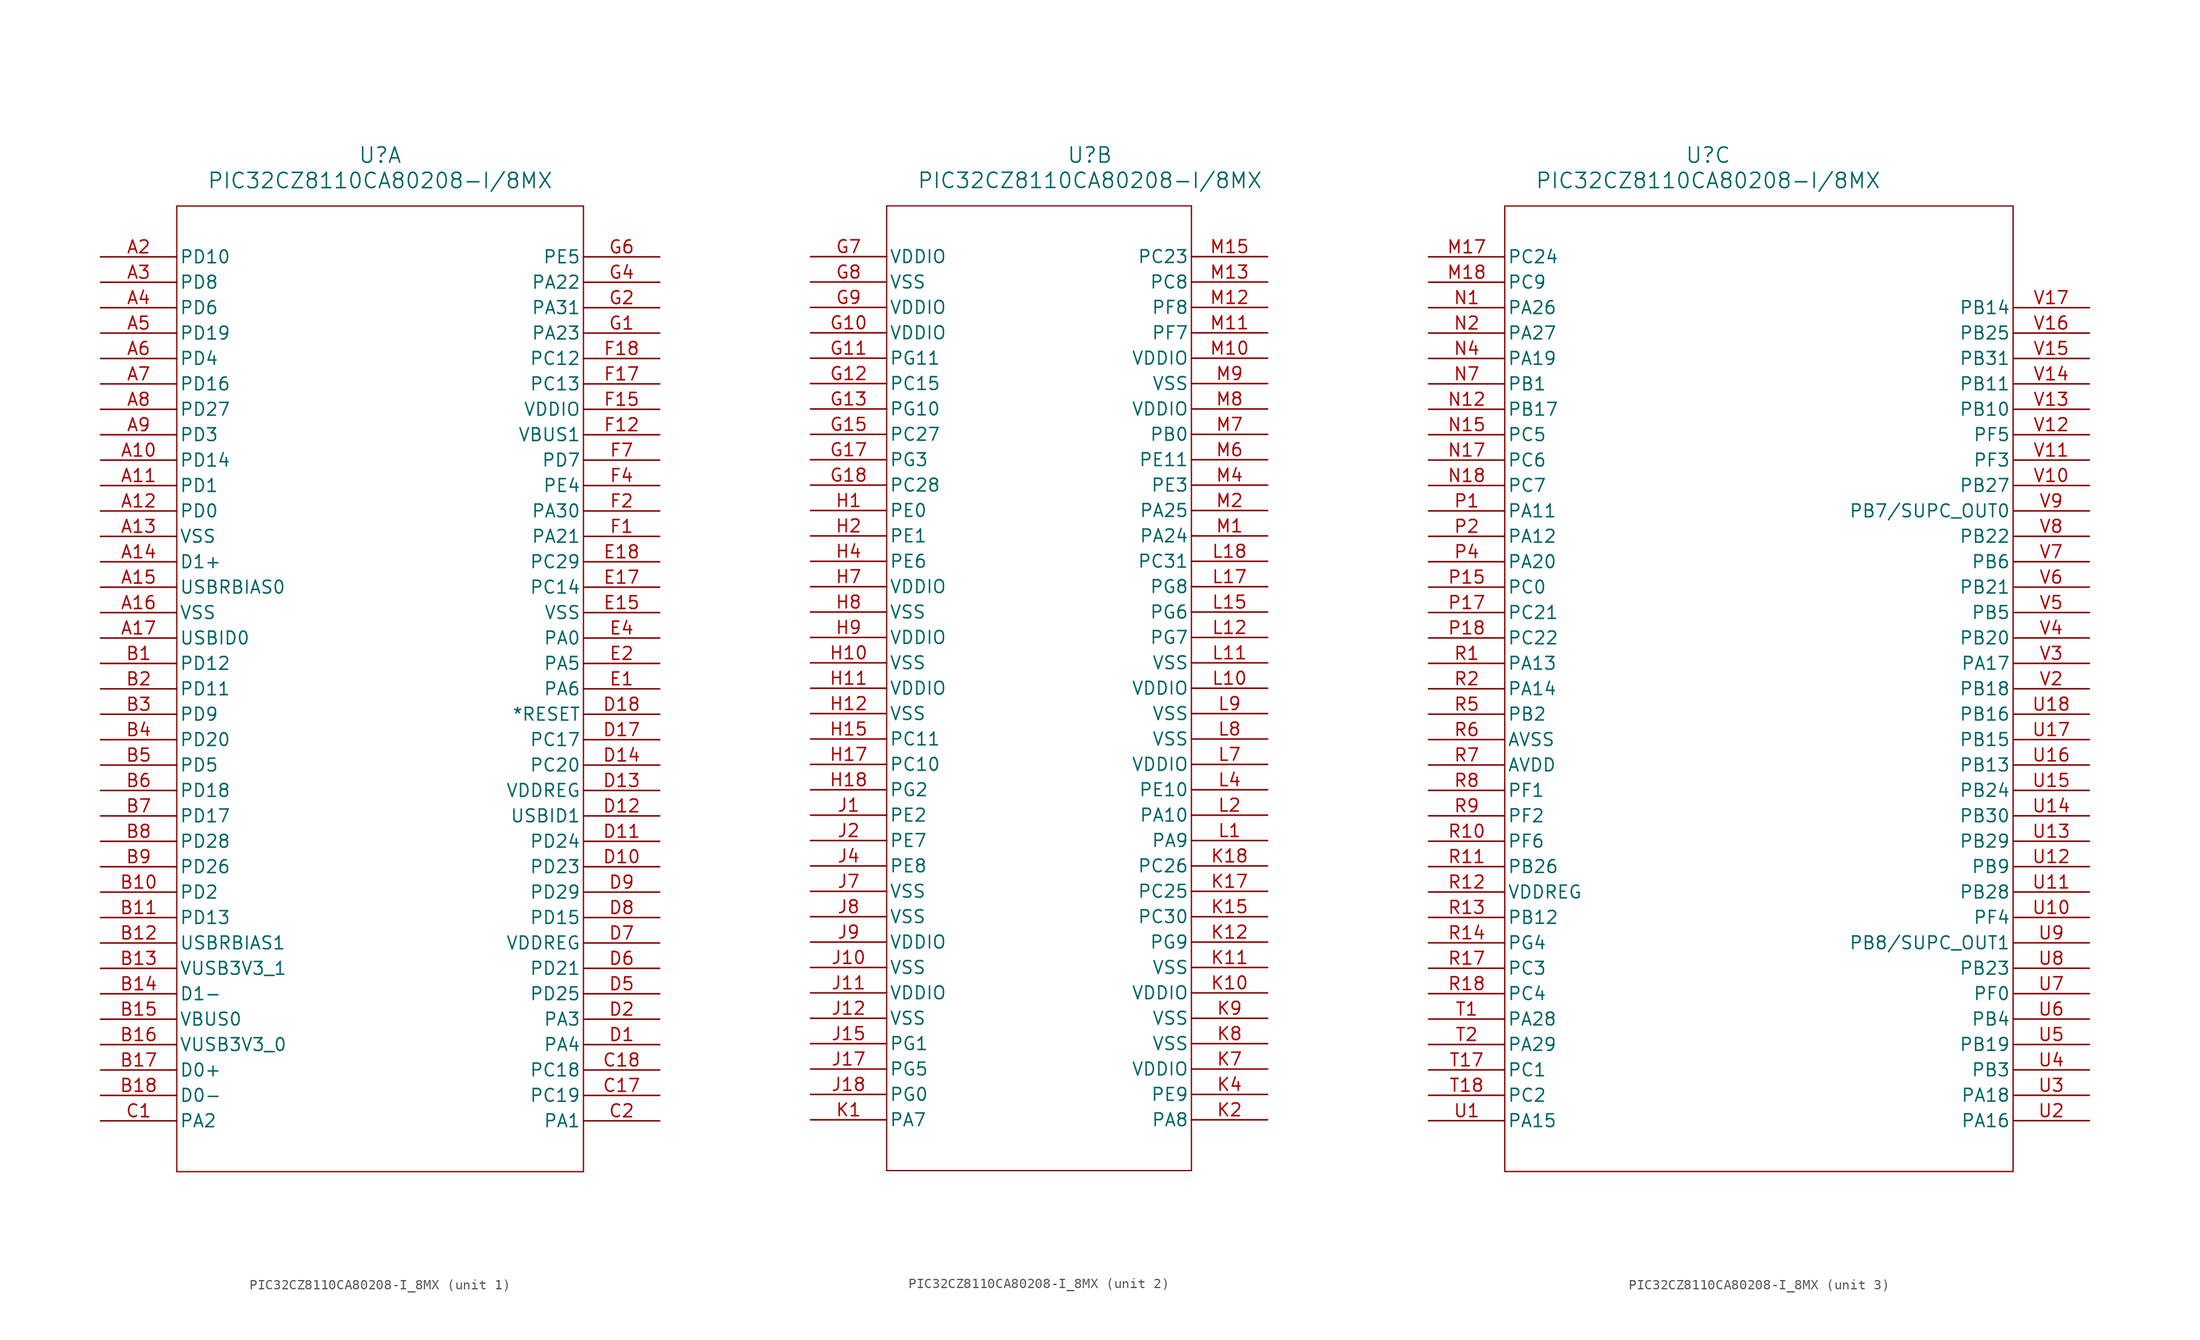
<source format=kicad_sym>
(kicad_symbol_lib
  (version 20211014)
  (generator kicad_symbol_editor)
  (symbol "PIC32CZ8110CA80208-I_8MX"
    (pin_names
      (offset 0.254))
    (property "Reference" "U"
      (at 27.94 10.16 0)
      (effects (font (size 1.524 1.524))))
    (property "Value" "PIC32CZ8110CA80208-I/8MX"
      (at 27.94 7.62 0)
      (effects (font (size 1.524 1.524))))
    (symbol "PIC32CZ8110CA80208-I_8MX_1_1"
      (polyline (pts (xy 7.62 5.08) (xy 7.62 -91.44)) (stroke (width 0.127) (type default) (color 0 0 0 0)) (fill (type none)))
      (polyline (pts (xy 7.62 -91.44) (xy 48.26 -91.44)) (stroke (width 0.127) (type default) (color 0 0 0 0)) (fill (type none)))
      (polyline (pts (xy 48.26 -91.44) (xy 48.26 5.08)) (stroke (width 0.127) (type default) (color 0 0 0 0)) (fill (type none)))
      (polyline (pts (xy 48.26 5.08) (xy 7.62 5.08)) (stroke (width 0.127) (type default) (color 0 0 0 0)) (fill (type none)))
      (pin bidirectional line (at 0 0 0) (length 7.62) (name "PD10" (effects (font (size 1.27 1.27)))) (number "A2" (effects (font (size 1.27 1.27)))))
      (pin bidirectional line (at 0 -2.54 0) (length 7.62) (name "PD8" (effects (font (size 1.27 1.27)))) (number "A3" (effects (font (size 1.27 1.27)))))
      (pin bidirectional line (at 0 -5.08 0) (length 7.62) (name "PD6" (effects (font (size 1.27 1.27)))) (number "A4" (effects (font (size 1.27 1.27)))))
      (pin bidirectional line (at 0 -7.62 0) (length 7.62) (name "PD19" (effects (font (size 1.27 1.27)))) (number "A5" (effects (font (size 1.27 1.27)))))
      (pin bidirectional line (at 0 -10.16 0) (length 7.62) (name "PD4" (effects (font (size 1.27 1.27)))) (number "A6" (effects (font (size 1.27 1.27)))))
      (pin bidirectional line (at 0 -12.7 0) (length 7.62) (name "PD16" (effects (font (size 1.27 1.27)))) (number "A7" (effects (font (size 1.27 1.27)))))
      (pin bidirectional line (at 0 -15.24 0) (length 7.62) (name "PD27" (effects (font (size 1.27 1.27)))) (number "A8" (effects (font (size 1.27 1.27)))))
      (pin bidirectional line (at 0 -17.78 0) (length 7.62) (name "PD3" (effects (font (size 1.27 1.27)))) (number "A9" (effects (font (size 1.27 1.27)))))
      (pin bidirectional line (at 0 -20.32 0) (length 7.62) (name "PD14" (effects (font (size 1.27 1.27)))) (number "A10" (effects (font (size 1.27 1.27)))))
      (pin bidirectional line (at 0 -22.86 0) (length 7.62) (name "PD1" (effects (font (size 1.27 1.27)))) (number "A11" (effects (font (size 1.27 1.27)))))
      (pin bidirectional line (at 0 -25.4 0) (length 7.62) (name "PD0" (effects (font (size 1.27 1.27)))) (number "A12" (effects (font (size 1.27 1.27)))))
      (pin power_out line (at 0 -27.94 0) (length 7.62) (name "VSS" (effects (font (size 1.27 1.27)))) (number "A13" (effects (font (size 1.27 1.27)))))
      (pin bidirectional line (at 0 -30.48 0) (length 7.62) (name "D1+" (effects (font (size 1.27 1.27)))) (number "A14" (effects (font (size 1.27 1.27)))))
      (pin bidirectional line (at 0 -33.02 0) (length 7.62) (name "USBRBIAS0" (effects (font (size 1.27 1.27)))) (number "A15" (effects (font (size 1.27 1.27)))))
      (pin power_out line (at 0 -35.56 0) (length 7.62) (name "VSS" (effects (font (size 1.27 1.27)))) (number "A16" (effects (font (size 1.27 1.27)))))
      (pin bidirectional line (at 0 -38.1 0) (length 7.62) (name "USBID0" (effects (font (size 1.27 1.27)))) (number "A17" (effects (font (size 1.27 1.27)))))
      (pin bidirectional line (at 0 -40.64 0) (length 7.62) (name "PD12" (effects (font (size 1.27 1.27)))) (number "B1" (effects (font (size 1.27 1.27)))))
      (pin bidirectional line (at 0 -43.18 0) (length 7.62) (name "PD11" (effects (font (size 1.27 1.27)))) (number "B2" (effects (font (size 1.27 1.27)))))
      (pin bidirectional line (at 0 -45.72 0) (length 7.62) (name "PD9" (effects (font (size 1.27 1.27)))) (number "B3" (effects (font (size 1.27 1.27)))))
      (pin bidirectional line (at 0 -48.26 0) (length 7.62) (name "PD20" (effects (font (size 1.27 1.27)))) (number "B4" (effects (font (size 1.27 1.27)))))
      (pin bidirectional line (at 0 -50.8 0) (length 7.62) (name "PD5" (effects (font (size 1.27 1.27)))) (number "B5" (effects (font (size 1.27 1.27)))))
      (pin bidirectional line (at 0 -53.34 0) (length 7.62) (name "PD18" (effects (font (size 1.27 1.27)))) (number "B6" (effects (font (size 1.27 1.27)))))
      (pin bidirectional line (at 0 -55.88 0) (length 7.62) (name "PD17" (effects (font (size 1.27 1.27)))) (number "B7" (effects (font (size 1.27 1.27)))))
      (pin bidirectional line (at 0 -58.42 0) (length 7.62) (name "PD28" (effects (font (size 1.27 1.27)))) (number "B8" (effects (font (size 1.27 1.27)))))
      (pin bidirectional line (at 0 -60.96 0) (length 7.62) (name "PD26" (effects (font (size 1.27 1.27)))) (number "B9" (effects (font (size 1.27 1.27)))))
      (pin bidirectional line (at 0 -63.5 0) (length 7.62) (name "PD2" (effects (font (size 1.27 1.27)))) (number "B10" (effects (font (size 1.27 1.27)))))
      (pin bidirectional line (at 0 -66.04 0) (length 7.62) (name "PD13" (effects (font (size 1.27 1.27)))) (number "B11" (effects (font (size 1.27 1.27)))))
      (pin bidirectional line (at 0 -68.58 0) (length 7.62) (name "USBRBIAS1" (effects (font (size 1.27 1.27)))) (number "B12" (effects (font (size 1.27 1.27)))))
      (pin power_in line (at 0 -71.12 0) (length 7.62) (name "VUSB3V3_1" (effects (font (size 1.27 1.27)))) (number "B13" (effects (font (size 1.27 1.27)))))
      (pin bidirectional line (at 0 -73.66 0) (length 7.62) (name "D1-" (effects (font (size 1.27 1.27)))) (number "B14" (effects (font (size 1.27 1.27)))))
      (pin bidirectional line (at 0 -76.2 0) (length 7.62) (name "VBUS0" (effects (font (size 1.27 1.27)))) (number "B15" (effects (font (size 1.27 1.27)))))
      (pin bidirectional line (at 0 -78.74 0) (length 7.62) (name "VUSB3V3_0" (effects (font (size 1.27 1.27)))) (number "B16" (effects (font (size 1.27 1.27)))))
      (pin bidirectional line (at 0 -81.28 0) (length 7.62) (name "D0+" (effects (font (size 1.27 1.27)))) (number "B17" (effects (font (size 1.27 1.27)))))
      (pin bidirectional line (at 0 -83.82 0) (length 7.62) (name "D0-" (effects (font (size 1.27 1.27)))) (number "B18" (effects (font (size 1.27 1.27)))))
      (pin bidirectional line (at 0 -86.36 0) (length 7.62) (name "PA2" (effects (font (size 1.27 1.27)))) (number "C1" (effects (font (size 1.27 1.27)))))
      (pin bidirectional line (at 55.88 -86.36 180) (length 7.62) (name "PA1" (effects (font (size 1.27 1.27)))) (number "C2" (effects (font (size 1.27 1.27)))))
      (pin bidirectional line (at 55.88 -83.82 180) (length 7.62) (name "PC19" (effects (font (size 1.27 1.27)))) (number "C17" (effects (font (size 1.27 1.27)))))
      (pin bidirectional line (at 55.88 -81.28 180) (length 7.62) (name "PC18" (effects (font (size 1.27 1.27)))) (number "C18" (effects (font (size 1.27 1.27)))))
      (pin bidirectional line (at 55.88 -78.74 180) (length 7.62) (name "PA4" (effects (font (size 1.27 1.27)))) (number "D1" (effects (font (size 1.27 1.27)))))
      (pin bidirectional line (at 55.88 -76.2 180) (length 7.62) (name "PA3" (effects (font (size 1.27 1.27)))) (number "D2" (effects (font (size 1.27 1.27)))))
      (pin bidirectional line (at 55.88 -73.66 180) (length 7.62) (name "PD25" (effects (font (size 1.27 1.27)))) (number "D5" (effects (font (size 1.27 1.27)))))
      (pin bidirectional line (at 55.88 -71.12 180) (length 7.62) (name "PD21" (effects (font (size 1.27 1.27)))) (number "D6" (effects (font (size 1.27 1.27)))))
      (pin power_in line (at 55.88 -68.58 180) (length 7.62) (name "VDDREG" (effects (font (size 1.27 1.27)))) (number "D7" (effects (font (size 1.27 1.27)))))
      (pin bidirectional line (at 55.88 -66.04 180) (length 7.62) (name "PD15" (effects (font (size 1.27 1.27)))) (number "D8" (effects (font (size 1.27 1.27)))))
      (pin bidirectional line (at 55.88 -63.5 180) (length 7.62) (name "PD29" (effects (font (size 1.27 1.27)))) (number "D9" (effects (font (size 1.27 1.27)))))
      (pin bidirectional line (at 55.88 -60.96 180) (length 7.62) (name "PD23" (effects (font (size 1.27 1.27)))) (number "D10" (effects (font (size 1.27 1.27)))))
      (pin bidirectional line (at 55.88 -58.42 180) (length 7.62) (name "PD24" (effects (font (size 1.27 1.27)))) (number "D11" (effects (font (size 1.27 1.27)))))
      (pin bidirectional line (at 55.88 -55.88 180) (length 7.62) (name "USBID1" (effects (font (size 1.27 1.27)))) (number "D12" (effects (font (size 1.27 1.27)))))
      (pin power_in line (at 55.88 -53.34 180) (length 7.62) (name "VDDREG" (effects (font (size 1.27 1.27)))) (number "D13" (effects (font (size 1.27 1.27)))))
      (pin bidirectional line (at 55.88 -50.8 180) (length 7.62) (name "PC20" (effects (font (size 1.27 1.27)))) (number "D14" (effects (font (size 1.27 1.27)))))
      (pin bidirectional line (at 55.88 -48.26 180) (length 7.62) (name "PC17" (effects (font (size 1.27 1.27)))) (number "D17" (effects (font (size 1.27 1.27)))))
      (pin input line (at 55.88 -45.72 180) (length 7.62) (name "*RESET" (effects (font (size 1.27 1.27)))) (number "D18" (effects (font (size 1.27 1.27)))))
      (pin bidirectional line (at 55.88 -43.18 180) (length 7.62) (name "PA6" (effects (font (size 1.27 1.27)))) (number "E1" (effects (font (size 1.27 1.27)))))
      (pin bidirectional line (at 55.88 -40.64 180) (length 7.62) (name "PA5" (effects (font (size 1.27 1.27)))) (number "E2" (effects (font (size 1.27 1.27)))))
      (pin bidirectional line (at 55.88 -38.1 180) (length 7.62) (name "PA0" (effects (font (size 1.27 1.27)))) (number "E4" (effects (font (size 1.27 1.27)))))
      (pin power_out line (at 55.88 -35.56 180) (length 7.62) (name "VSS" (effects (font (size 1.27 1.27)))) (number "E15" (effects (font (size 1.27 1.27)))))
      (pin bidirectional line (at 55.88 -33.02 180) (length 7.62) (name "PC14" (effects (font (size 1.27 1.27)))) (number "E17" (effects (font (size 1.27 1.27)))))
      (pin bidirectional line (at 55.88 -30.48 180) (length 7.62) (name "PC29" (effects (font (size 1.27 1.27)))) (number "E18" (effects (font (size 1.27 1.27)))))
      (pin bidirectional line (at 55.88 -27.94 180) (length 7.62) (name "PA21" (effects (font (size 1.27 1.27)))) (number "F1" (effects (font (size 1.27 1.27)))))
      (pin bidirectional line (at 55.88 -25.4 180) (length 7.62) (name "PA30" (effects (font (size 1.27 1.27)))) (number "F2" (effects (font (size 1.27 1.27)))))
      (pin bidirectional line (at 55.88 -22.86 180) (length 7.62) (name "PE4" (effects (font (size 1.27 1.27)))) (number "F4" (effects (font (size 1.27 1.27)))))
      (pin bidirectional line (at 55.88 -20.32 180) (length 7.62) (name "PD7" (effects (font (size 1.27 1.27)))) (number "F7" (effects (font (size 1.27 1.27)))))
      (pin bidirectional line (at 55.88 -17.78 180) (length 7.62) (name "VBUS1" (effects (font (size 1.27 1.27)))) (number "F12" (effects (font (size 1.27 1.27)))))
      (pin power_in line (at 55.88 -15.24 180) (length 7.62) (name "VDDIO" (effects (font (size 1.27 1.27)))) (number "F15" (effects (font (size 1.27 1.27)))))
      (pin bidirectional line (at 55.88 -12.7 180) (length 7.62) (name "PC13" (effects (font (size 1.27 1.27)))) (number "F17" (effects (font (size 1.27 1.27)))))
      (pin bidirectional line (at 55.88 -10.16 180) (length 7.62) (name "PC12" (effects (font (size 1.27 1.27)))) (number "F18" (effects (font (size 1.27 1.27)))))
      (pin bidirectional line (at 55.88 -7.62 180) (length 7.62) (name "PA23" (effects (font (size 1.27 1.27)))) (number "G1" (effects (font (size 1.27 1.27)))))
      (pin bidirectional line (at 55.88 -5.08 180) (length 7.62) (name "PA31" (effects (font (size 1.27 1.27)))) (number "G2" (effects (font (size 1.27 1.27)))))
      (pin bidirectional line (at 55.88 -2.54 180) (length 7.62) (name "PA22" (effects (font (size 1.27 1.27)))) (number "G4" (effects (font (size 1.27 1.27)))))
      (pin bidirectional line (at 55.88 0 180) (length 7.62) (name "PE5" (effects (font (size 1.27 1.27)))) (number "G6" (effects (font (size 1.27 1.27))))))
    (symbol "PIC32CZ8110CA80208-I_8MX_2_1"
      (polyline (pts (xy 7.62 5.08) (xy 7.62 -91.44)) (stroke (width 0.127) (type default) (color 0 0 0 0)) (fill (type none)))
      (polyline (pts (xy 7.62 -91.44) (xy 38.1 -91.44)) (stroke (width 0.127) (type default) (color 0 0 0 0)) (fill (type none)))
      (polyline (pts (xy 38.1 -91.44) (xy 38.1 5.08)) (stroke (width 0.127) (type default) (color 0 0 0 0)) (fill (type none)))
      (polyline (pts (xy 38.1 5.08) (xy 7.62 5.08)) (stroke (width 0.127) (type default) (color 0 0 0 0)) (fill (type none)))
      (pin power_in line (at 0 0 0) (length 7.62) (name "VDDIO" (effects (font (size 1.27 1.27)))) (number "G7" (effects (font (size 1.27 1.27)))))
      (pin power_out line (at 0 -2.54 0) (length 7.62) (name "VSS" (effects (font (size 1.27 1.27)))) (number "G8" (effects (font (size 1.27 1.27)))))
      (pin power_in line (at 0 -5.08 0) (length 7.62) (name "VDDIO" (effects (font (size 1.27 1.27)))) (number "G9" (effects (font (size 1.27 1.27)))))
      (pin power_in line (at 0 -7.62 0) (length 7.62) (name "VDDIO" (effects (font (size 1.27 1.27)))) (number "G10" (effects (font (size 1.27 1.27)))))
      (pin bidirectional line (at 0 -10.16 0) (length 7.62) (name "PG11" (effects (font (size 1.27 1.27)))) (number "G11" (effects (font (size 1.27 1.27)))))
      (pin bidirectional line (at 0 -12.7 0) (length 7.62) (name "PC15" (effects (font (size 1.27 1.27)))) (number "G12" (effects (font (size 1.27 1.27)))))
      (pin bidirectional line (at 0 -15.24 0) (length 7.62) (name "PG10" (effects (font (size 1.27 1.27)))) (number "G13" (effects (font (size 1.27 1.27)))))
      (pin bidirectional line (at 0 -17.78 0) (length 7.62) (name "PC27" (effects (font (size 1.27 1.27)))) (number "G15" (effects (font (size 1.27 1.27)))))
      (pin bidirectional line (at 0 -20.32 0) (length 7.62) (name "PG3" (effects (font (size 1.27 1.27)))) (number "G17" (effects (font (size 1.27 1.27)))))
      (pin bidirectional line (at 0 -22.86 0) (length 7.62) (name "PC28" (effects (font (size 1.27 1.27)))) (number "G18" (effects (font (size 1.27 1.27)))))
      (pin bidirectional line (at 0 -25.4 0) (length 7.62) (name "PE0" (effects (font (size 1.27 1.27)))) (number "H1" (effects (font (size 1.27 1.27)))))
      (pin bidirectional line (at 0 -27.94 0) (length 7.62) (name "PE1" (effects (font (size 1.27 1.27)))) (number "H2" (effects (font (size 1.27 1.27)))))
      (pin bidirectional line (at 0 -30.48 0) (length 7.62) (name "PE6" (effects (font (size 1.27 1.27)))) (number "H4" (effects (font (size 1.27 1.27)))))
      (pin power_in line (at 0 -33.02 0) (length 7.62) (name "VDDIO" (effects (font (size 1.27 1.27)))) (number "H7" (effects (font (size 1.27 1.27)))))
      (pin power_out line (at 0 -35.56 0) (length 7.62) (name "VSS" (effects (font (size 1.27 1.27)))) (number "H8" (effects (font (size 1.27 1.27)))))
      (pin power_in line (at 0 -38.1 0) (length 7.62) (name "VDDIO" (effects (font (size 1.27 1.27)))) (number "H9" (effects (font (size 1.27 1.27)))))
      (pin power_out line (at 0 -40.64 0) (length 7.62) (name "VSS" (effects (font (size 1.27 1.27)))) (number "H10" (effects (font (size 1.27 1.27)))))
      (pin power_in line (at 0 -43.18 0) (length 7.62) (name "VDDIO" (effects (font (size 1.27 1.27)))) (number "H11" (effects (font (size 1.27 1.27)))))
      (pin power_out line (at 0 -45.72 0) (length 7.62) (name "VSS" (effects (font (size 1.27 1.27)))) (number "H12" (effects (font (size 1.27 1.27)))))
      (pin bidirectional line (at 0 -48.26 0) (length 7.62) (name "PC11" (effects (font (size 1.27 1.27)))) (number "H15" (effects (font (size 1.27 1.27)))))
      (pin bidirectional line (at 0 -50.8 0) (length 7.62) (name "PC10" (effects (font (size 1.27 1.27)))) (number "H17" (effects (font (size 1.27 1.27)))))
      (pin bidirectional line (at 0 -53.34 0) (length 7.62) (name "PG2" (effects (font (size 1.27 1.27)))) (number "H18" (effects (font (size 1.27 1.27)))))
      (pin bidirectional line (at 0 -55.88 0) (length 7.62) (name "PE2" (effects (font (size 1.27 1.27)))) (number "J1" (effects (font (size 1.27 1.27)))))
      (pin bidirectional line (at 0 -58.42 0) (length 7.62) (name "PE7" (effects (font (size 1.27 1.27)))) (number "J2" (effects (font (size 1.27 1.27)))))
      (pin bidirectional line (at 0 -60.96 0) (length 7.62) (name "PE8" (effects (font (size 1.27 1.27)))) (number "J4" (effects (font (size 1.27 1.27)))))
      (pin power_out line (at 0 -63.5 0) (length 7.62) (name "VSS" (effects (font (size 1.27 1.27)))) (number "J7" (effects (font (size 1.27 1.27)))))
      (pin power_out line (at 0 -66.04 0) (length 7.62) (name "VSS" (effects (font (size 1.27 1.27)))) (number "J8" (effects (font (size 1.27 1.27)))))
      (pin power_in line (at 0 -68.58 0) (length 7.62) (name "VDDIO" (effects (font (size 1.27 1.27)))) (number "J9" (effects (font (size 1.27 1.27)))))
      (pin power_out line (at 0 -71.12 0) (length 7.62) (name "VSS" (effects (font (size 1.27 1.27)))) (number "J10" (effects (font (size 1.27 1.27)))))
      (pin power_in line (at 0 -73.66 0) (length 7.62) (name "VDDIO" (effects (font (size 1.27 1.27)))) (number "J11" (effects (font (size 1.27 1.27)))))
      (pin power_out line (at 0 -76.2 0) (length 7.62) (name "VSS" (effects (font (size 1.27 1.27)))) (number "J12" (effects (font (size 1.27 1.27)))))
      (pin bidirectional line (at 0 -78.74 0) (length 7.62) (name "PG1" (effects (font (size 1.27 1.27)))) (number "J15" (effects (font (size 1.27 1.27)))))
      (pin bidirectional line (at 0 -81.28 0) (length 7.62) (name "PG5" (effects (font (size 1.27 1.27)))) (number "J17" (effects (font (size 1.27 1.27)))))
      (pin bidirectional line (at 0 -83.82 0) (length 7.62) (name "PG0" (effects (font (size 1.27 1.27)))) (number "J18" (effects (font (size 1.27 1.27)))))
      (pin bidirectional line (at 0 -86.36 0) (length 7.62) (name "PA7" (effects (font (size 1.27 1.27)))) (number "K1" (effects (font (size 1.27 1.27)))))
      (pin bidirectional line (at 45.72 -86.36 180) (length 7.62) (name "PA8" (effects (font (size 1.27 1.27)))) (number "K2" (effects (font (size 1.27 1.27)))))
      (pin bidirectional line (at 45.72 -83.82 180) (length 7.62) (name "PE9" (effects (font (size 1.27 1.27)))) (number "K4" (effects (font (size 1.27 1.27)))))
      (pin power_in line (at 45.72 -81.28 180) (length 7.62) (name "VDDIO" (effects (font (size 1.27 1.27)))) (number "K7" (effects (font (size 1.27 1.27)))))
      (pin power_out line (at 45.72 -78.74 180) (length 7.62) (name "VSS" (effects (font (size 1.27 1.27)))) (number "K8" (effects (font (size 1.27 1.27)))))
      (pin power_out line (at 45.72 -76.2 180) (length 7.62) (name "VSS" (effects (font (size 1.27 1.27)))) (number "K9" (effects (font (size 1.27 1.27)))))
      (pin power_in line (at 45.72 -73.66 180) (length 7.62) (name "VDDIO" (effects (font (size 1.27 1.27)))) (number "K10" (effects (font (size 1.27 1.27)))))
      (pin power_out line (at 45.72 -71.12 180) (length 7.62) (name "VSS" (effects (font (size 1.27 1.27)))) (number "K11" (effects (font (size 1.27 1.27)))))
      (pin bidirectional line (at 45.72 -68.58 180) (length 7.62) (name "PG9" (effects (font (size 1.27 1.27)))) (number "K12" (effects (font (size 1.27 1.27)))))
      (pin bidirectional line (at 45.72 -66.04 180) (length 7.62) (name "PC30" (effects (font (size 1.27 1.27)))) (number "K15" (effects (font (size 1.27 1.27)))))
      (pin bidirectional line (at 45.72 -63.5 180) (length 7.62) (name "PC25" (effects (font (size 1.27 1.27)))) (number "K17" (effects (font (size 1.27 1.27)))))
      (pin bidirectional line (at 45.72 -60.96 180) (length 7.62) (name "PC26" (effects (font (size 1.27 1.27)))) (number "K18" (effects (font (size 1.27 1.27)))))
      (pin bidirectional line (at 45.72 -58.42 180) (length 7.62) (name "PA9" (effects (font (size 1.27 1.27)))) (number "L1" (effects (font (size 1.27 1.27)))))
      (pin bidirectional line (at 45.72 -55.88 180) (length 7.62) (name "PA10" (effects (font (size 1.27 1.27)))) (number "L2" (effects (font (size 1.27 1.27)))))
      (pin bidirectional line (at 45.72 -53.34 180) (length 7.62) (name "PE10" (effects (font (size 1.27 1.27)))) (number "L4" (effects (font (size 1.27 1.27)))))
      (pin power_in line (at 45.72 -50.8 180) (length 7.62) (name "VDDIO" (effects (font (size 1.27 1.27)))) (number "L7" (effects (font (size 1.27 1.27)))))
      (pin power_out line (at 45.72 -48.26 180) (length 7.62) (name "VSS" (effects (font (size 1.27 1.27)))) (number "L8" (effects (font (size 1.27 1.27)))))
      (pin power_out line (at 45.72 -45.72 180) (length 7.62) (name "VSS" (effects (font (size 1.27 1.27)))) (number "L9" (effects (font (size 1.27 1.27)))))
      (pin power_in line (at 45.72 -43.18 180) (length 7.62) (name "VDDIO" (effects (font (size 1.27 1.27)))) (number "L10" (effects (font (size 1.27 1.27)))))
      (pin power_out line (at 45.72 -40.64 180) (length 7.62) (name "VSS" (effects (font (size 1.27 1.27)))) (number "L11" (effects (font (size 1.27 1.27)))))
      (pin bidirectional line (at 45.72 -38.1 180) (length 7.62) (name "PG7" (effects (font (size 1.27 1.27)))) (number "L12" (effects (font (size 1.27 1.27)))))
      (pin bidirectional line (at 45.72 -35.56 180) (length 7.62) (name "PG6" (effects (font (size 1.27 1.27)))) (number "L15" (effects (font (size 1.27 1.27)))))
      (pin bidirectional line (at 45.72 -33.02 180) (length 7.62) (name "PG8" (effects (font (size 1.27 1.27)))) (number "L17" (effects (font (size 1.27 1.27)))))
      (pin bidirectional line (at 45.72 -30.48 180) (length 7.62) (name "PC31" (effects (font (size 1.27 1.27)))) (number "L18" (effects (font (size 1.27 1.27)))))
      (pin bidirectional line (at 45.72 -27.94 180) (length 7.62) (name "PA24" (effects (font (size 1.27 1.27)))) (number "M1" (effects (font (size 1.27 1.27)))))
      (pin bidirectional line (at 45.72 -25.4 180) (length 7.62) (name "PA25" (effects (font (size 1.27 1.27)))) (number "M2" (effects (font (size 1.27 1.27)))))
      (pin bidirectional line (at 45.72 -22.86 180) (length 7.62) (name "PE3" (effects (font (size 1.27 1.27)))) (number "M4" (effects (font (size 1.27 1.27)))))
      (pin bidirectional line (at 45.72 -20.32 180) (length 7.62) (name "PE11" (effects (font (size 1.27 1.27)))) (number "M6" (effects (font (size 1.27 1.27)))))
      (pin bidirectional line (at 45.72 -17.78 180) (length 7.62) (name "PB0" (effects (font (size 1.27 1.27)))) (number "M7" (effects (font (size 1.27 1.27)))))
      (pin power_in line (at 45.72 -15.24 180) (length 7.62) (name "VDDIO" (effects (font (size 1.27 1.27)))) (number "M8" (effects (font (size 1.27 1.27)))))
      (pin power_out line (at 45.72 -12.7 180) (length 7.62) (name "VSS" (effects (font (size 1.27 1.27)))) (number "M9" (effects (font (size 1.27 1.27)))))
      (pin power_in line (at 45.72 -10.16 180) (length 7.62) (name "VDDIO" (effects (font (size 1.27 1.27)))) (number "M10" (effects (font (size 1.27 1.27)))))
      (pin bidirectional line (at 45.72 -7.62 180) (length 7.62) (name "PF7" (effects (font (size 1.27 1.27)))) (number "M11" (effects (font (size 1.27 1.27)))))
      (pin bidirectional line (at 45.72 -5.08 180) (length 7.62) (name "PF8" (effects (font (size 1.27 1.27)))) (number "M12" (effects (font (size 1.27 1.27)))))
      (pin bidirectional line (at 45.72 -2.54 180) (length 7.62) (name "PC8" (effects (font (size 1.27 1.27)))) (number "M13" (effects (font (size 1.27 1.27)))))
      (pin bidirectional line (at 45.72 0 180) (length 7.62) (name "PC23" (effects (font (size 1.27 1.27)))) (number "M15" (effects (font (size 1.27 1.27))))))
    (symbol "PIC32CZ8110CA80208-I_8MX_3_1"
      (polyline (pts (xy 7.62 5.08) (xy 7.62 -91.44)) (stroke (width 0.127) (type default) (color 0 0 0 0)) (fill (type none)))
      (polyline (pts (xy 7.62 -91.44) (xy 58.42 -91.44)) (stroke (width 0.127) (type default) (color 0 0 0 0)) (fill (type none)))
      (polyline (pts (xy 58.42 -91.44) (xy 58.42 5.08)) (stroke (width 0.127) (type default) (color 0 0 0 0)) (fill (type none)))
      (polyline (pts (xy 58.42 5.08) (xy 7.62 5.08)) (stroke (width 0.127) (type default) (color 0 0 0 0)) (fill (type none)))
      (pin bidirectional line (at 0 0 0) (length 7.62) (name "PC24" (effects (font (size 1.27 1.27)))) (number "M17" (effects (font (size 1.27 1.27)))))
      (pin bidirectional line (at 0 -2.54 0) (length 7.62) (name "PC9" (effects (font (size 1.27 1.27)))) (number "M18" (effects (font (size 1.27 1.27)))))
      (pin bidirectional line (at 0 -5.08 0) (length 7.62) (name "PA26" (effects (font (size 1.27 1.27)))) (number "N1" (effects (font (size 1.27 1.27)))))
      (pin bidirectional line (at 0 -7.62 0) (length 7.62) (name "PA27" (effects (font (size 1.27 1.27)))) (number "N2" (effects (font (size 1.27 1.27)))))
      (pin bidirectional line (at 0 -10.16 0) (length 7.62) (name "PA19" (effects (font (size 1.27 1.27)))) (number "N4" (effects (font (size 1.27 1.27)))))
      (pin bidirectional line (at 0 -12.7 0) (length 7.62) (name "PB1" (effects (font (size 1.27 1.27)))) (number "N7" (effects (font (size 1.27 1.27)))))
      (pin bidirectional line (at 0 -15.24 0) (length 7.62) (name "PB17" (effects (font (size 1.27 1.27)))) (number "N12" (effects (font (size 1.27 1.27)))))
      (pin bidirectional line (at 0 -17.78 0) (length 7.62) (name "PC5" (effects (font (size 1.27 1.27)))) (number "N15" (effects (font (size 1.27 1.27)))))
      (pin bidirectional line (at 0 -20.32 0) (length 7.62) (name "PC6" (effects (font (size 1.27 1.27)))) (number "N17" (effects (font (size 1.27 1.27)))))
      (pin bidirectional line (at 0 -22.86 0) (length 7.62) (name "PC7" (effects (font (size 1.27 1.27)))) (number "N18" (effects (font (size 1.27 1.27)))))
      (pin bidirectional line (at 0 -25.4 0) (length 7.62) (name "PA11" (effects (font (size 1.27 1.27)))) (number "P1" (effects (font (size 1.27 1.27)))))
      (pin bidirectional line (at 0 -27.94 0) (length 7.62) (name "PA12" (effects (font (size 1.27 1.27)))) (number "P2" (effects (font (size 1.27 1.27)))))
      (pin bidirectional line (at 0 -30.48 0) (length 7.62) (name "PA20" (effects (font (size 1.27 1.27)))) (number "P4" (effects (font (size 1.27 1.27)))))
      (pin bidirectional line (at 0 -33.02 0) (length 7.62) (name "PC0" (effects (font (size 1.27 1.27)))) (number "P15" (effects (font (size 1.27 1.27)))))
      (pin bidirectional line (at 0 -35.56 0) (length 7.62) (name "PC21" (effects (font (size 1.27 1.27)))) (number "P17" (effects (font (size 1.27 1.27)))))
      (pin bidirectional line (at 0 -38.1 0) (length 7.62) (name "PC22" (effects (font (size 1.27 1.27)))) (number "P18" (effects (font (size 1.27 1.27)))))
      (pin bidirectional line (at 0 -40.64 0) (length 7.62) (name "PA13" (effects (font (size 1.27 1.27)))) (number "R1" (effects (font (size 1.27 1.27)))))
      (pin bidirectional line (at 0 -43.18 0) (length 7.62) (name "PA14" (effects (font (size 1.27 1.27)))) (number "R2" (effects (font (size 1.27 1.27)))))
      (pin bidirectional line (at 0 -45.72 0) (length 7.62) (name "PB2" (effects (font (size 1.27 1.27)))) (number "R5" (effects (font (size 1.27 1.27)))))
      (pin power_out line (at 0 -48.26 0) (length 7.62) (name "AVSS" (effects (font (size 1.27 1.27)))) (number "R6" (effects (font (size 1.27 1.27)))))
      (pin power_in line (at 0 -50.8 0) (length 7.62) (name "AVDD" (effects (font (size 1.27 1.27)))) (number "R7" (effects (font (size 1.27 1.27)))))
      (pin bidirectional line (at 0 -53.34 0) (length 7.62) (name "PF1" (effects (font (size 1.27 1.27)))) (number "R8" (effects (font (size 1.27 1.27)))))
      (pin bidirectional line (at 0 -55.88 0) (length 7.62) (name "PF2" (effects (font (size 1.27 1.27)))) (number "R9" (effects (font (size 1.27 1.27)))))
      (pin bidirectional line (at 0 -58.42 0) (length 7.62) (name "PF6" (effects (font (size 1.27 1.27)))) (number "R10" (effects (font (size 1.27 1.27)))))
      (pin bidirectional line (at 0 -60.96 0) (length 7.62) (name "PB26" (effects (font (size 1.27 1.27)))) (number "R11" (effects (font (size 1.27 1.27)))))
      (pin power_in line (at 0 -63.5 0) (length 7.62) (name "VDDREG" (effects (font (size 1.27 1.27)))) (number "R12" (effects (font (size 1.27 1.27)))))
      (pin bidirectional line (at 0 -66.04 0) (length 7.62) (name "PB12" (effects (font (size 1.27 1.27)))) (number "R13" (effects (font (size 1.27 1.27)))))
      (pin bidirectional line (at 0 -68.58 0) (length 7.62) (name "PG4" (effects (font (size 1.27 1.27)))) (number "R14" (effects (font (size 1.27 1.27)))))
      (pin bidirectional line (at 0 -71.12 0) (length 7.62) (name "PC3" (effects (font (size 1.27 1.27)))) (number "R17" (effects (font (size 1.27 1.27)))))
      (pin bidirectional line (at 0 -73.66 0) (length 7.62) (name "PC4" (effects (font (size 1.27 1.27)))) (number "R18" (effects (font (size 1.27 1.27)))))
      (pin bidirectional line (at 0 -76.2 0) (length 7.62) (name "PA28" (effects (font (size 1.27 1.27)))) (number "T1" (effects (font (size 1.27 1.27)))))
      (pin bidirectional line (at 0 -78.74 0) (length 7.62) (name "PA29" (effects (font (size 1.27 1.27)))) (number "T2" (effects (font (size 1.27 1.27)))))
      (pin bidirectional line (at 0 -81.28 0) (length 7.62) (name "PC1" (effects (font (size 1.27 1.27)))) (number "T17" (effects (font (size 1.27 1.27)))))
      (pin bidirectional line (at 0 -83.82 0) (length 7.62) (name "PC2" (effects (font (size 1.27 1.27)))) (number "T18" (effects (font (size 1.27 1.27)))))
      (pin bidirectional line (at 0 -86.36 0) (length 7.62) (name "PA15" (effects (font (size 1.27 1.27)))) (number "U1" (effects (font (size 1.27 1.27)))))
      (pin bidirectional line (at 66.04 -86.36 180) (length 7.62) (name "PA16" (effects (font (size 1.27 1.27)))) (number "U2" (effects (font (size 1.27 1.27)))))
      (pin bidirectional line (at 66.04 -83.82 180) (length 7.62) (name "PA18" (effects (font (size 1.27 1.27)))) (number "U3" (effects (font (size 1.27 1.27)))))
      (pin bidirectional line (at 66.04 -81.28 180) (length 7.62) (name "PB3" (effects (font (size 1.27 1.27)))) (number "U4" (effects (font (size 1.27 1.27)))))
      (pin bidirectional line (at 66.04 -78.74 180) (length 7.62) (name "PB19" (effects (font (size 1.27 1.27)))) (number "U5" (effects (font (size 1.27 1.27)))))
      (pin bidirectional line (at 66.04 -76.2 180) (length 7.62) (name "PB4" (effects (font (size 1.27 1.27)))) (number "U6" (effects (font (size 1.27 1.27)))))
      (pin bidirectional line (at 66.04 -73.66 180) (length 7.62) (name "PF0" (effects (font (size 1.27 1.27)))) (number "U7" (effects (font (size 1.27 1.27)))))
      (pin bidirectional line (at 66.04 -71.12 180) (length 7.62) (name "PB23" (effects (font (size 1.27 1.27)))) (number "U8" (effects (font (size 1.27 1.27)))))
      (pin bidirectional line (at 66.04 -68.58 180) (length 7.62) (name "PB8/SUPC_OUT1" (effects (font (size 1.27 1.27)))) (number "U9" (effects (font (size 1.27 1.27)))))
      (pin bidirectional line (at 66.04 -66.04 180) (length 7.62) (name "PF4" (effects (font (size 1.27 1.27)))) (number "U10" (effects (font (size 1.27 1.27)))))
      (pin bidirectional line (at 66.04 -63.5 180) (length 7.62) (name "PB28" (effects (font (size 1.27 1.27)))) (number "U11" (effects (font (size 1.27 1.27)))))
      (pin bidirectional line (at 66.04 -60.96 180) (length 7.62) (name "PB9" (effects (font (size 1.27 1.27)))) (number "U12" (effects (font (size 1.27 1.27)))))
      (pin bidirectional line (at 66.04 -58.42 180) (length 7.62) (name "PB29" (effects (font (size 1.27 1.27)))) (number "U13" (effects (font (size 1.27 1.27)))))
      (pin bidirectional line (at 66.04 -55.88 180) (length 7.62) (name "PB30" (effects (font (size 1.27 1.27)))) (number "U14" (effects (font (size 1.27 1.27)))))
      (pin bidirectional line (at 66.04 -53.34 180) (length 7.62) (name "PB24" (effects (font (size 1.27 1.27)))) (number "U15" (effects (font (size 1.27 1.27)))))
      (pin bidirectional line (at 66.04 -50.8 180) (length 7.62) (name "PB13" (effects (font (size 1.27 1.27)))) (number "U16" (effects (font (size 1.27 1.27)))))
      (pin bidirectional line (at 66.04 -48.26 180) (length 7.62) (name "PB15" (effects (font (size 1.27 1.27)))) (number "U17" (effects (font (size 1.27 1.27)))))
      (pin bidirectional line (at 66.04 -45.72 180) (length 7.62) (name "PB16" (effects (font (size 1.27 1.27)))) (number "U18" (effects (font (size 1.27 1.27)))))
      (pin bidirectional line (at 66.04 -43.18 180) (length 7.62) (name "PB18" (effects (font (size 1.27 1.27)))) (number "V2" (effects (font (size 1.27 1.27)))))
      (pin bidirectional line (at 66.04 -40.64 180) (length 7.62) (name "PA17" (effects (font (size 1.27 1.27)))) (number "V3" (effects (font (size 1.27 1.27)))))
      (pin bidirectional line (at 66.04 -38.1 180) (length 7.62) (name "PB20" (effects (font (size 1.27 1.27)))) (number "V4" (effects (font (size 1.27 1.27)))))
      (pin bidirectional line (at 66.04 -35.56 180) (length 7.62) (name "PB5" (effects (font (size 1.27 1.27)))) (number "V5" (effects (font (size 1.27 1.27)))))
      (pin bidirectional line (at 66.04 -33.02 180) (length 7.62) (name "PB21" (effects (font (size 1.27 1.27)))) (number "V6" (effects (font (size 1.27 1.27)))))
      (pin bidirectional line (at 66.04 -30.48 180) (length 7.62) (name "PB6" (effects (font (size 1.27 1.27)))) (number "V7" (effects (font (size 1.27 1.27)))))
      (pin bidirectional line (at 66.04 -27.94 180) (length 7.62) (name "PB22" (effects (font (size 1.27 1.27)))) (number "V8" (effects (font (size 1.27 1.27)))))
      (pin bidirectional line (at 66.04 -25.4 180) (length 7.62) (name "PB7/SUPC_OUT0" (effects (font (size 1.27 1.27)))) (number "V9" (effects (font (size 1.27 1.27)))))
      (pin bidirectional line (at 66.04 -22.86 180) (length 7.62) (name "PB27" (effects (font (size 1.27 1.27)))) (number "V10" (effects (font (size 1.27 1.27)))))
      (pin bidirectional line (at 66.04 -20.32 180) (length 7.62) (name "PF3" (effects (font (size 1.27 1.27)))) (number "V11" (effects (font (size 1.27 1.27)))))
      (pin bidirectional line (at 66.04 -17.78 180) (length 7.62) (name "PF5" (effects (font (size 1.27 1.27)))) (number "V12" (effects (font (size 1.27 1.27)))))
      (pin bidirectional line (at 66.04 -15.24 180) (length 7.62) (name "PB10" (effects (font (size 1.27 1.27)))) (number "V13" (effects (font (size 1.27 1.27)))))
      (pin bidirectional line (at 66.04 -12.7 180) (length 7.62) (name "PB11" (effects (font (size 1.27 1.27)))) (number "V14" (effects (font (size 1.27 1.27)))))
      (pin bidirectional line (at 66.04 -10.16 180) (length 7.62) (name "PB31" (effects (font (size 1.27 1.27)))) (number "V15" (effects (font (size 1.27 1.27)))))
      (pin bidirectional line (at 66.04 -7.62 180) (length 7.62) (name "PB25" (effects (font (size 1.27 1.27)))) (number "V16" (effects (font (size 1.27 1.27)))))
      (pin bidirectional line (at 66.04 -5.08 180) (length 7.62) (name "PB14" (effects (font (size 1.27 1.27)))) (number "V17" (effects (font (size 1.27 1.27))))))))
</source>
